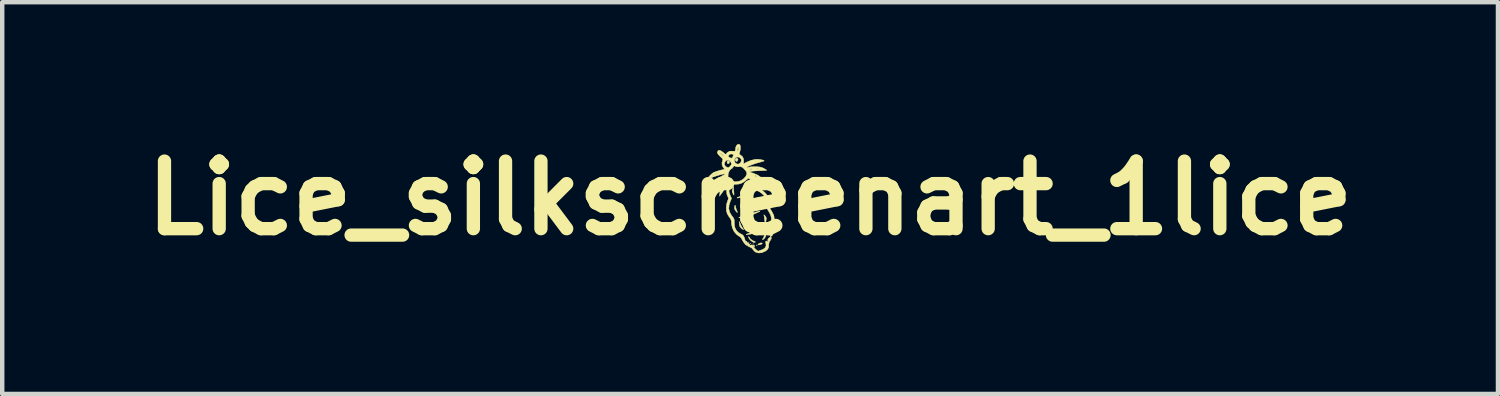
<source format=kicad_pcb>
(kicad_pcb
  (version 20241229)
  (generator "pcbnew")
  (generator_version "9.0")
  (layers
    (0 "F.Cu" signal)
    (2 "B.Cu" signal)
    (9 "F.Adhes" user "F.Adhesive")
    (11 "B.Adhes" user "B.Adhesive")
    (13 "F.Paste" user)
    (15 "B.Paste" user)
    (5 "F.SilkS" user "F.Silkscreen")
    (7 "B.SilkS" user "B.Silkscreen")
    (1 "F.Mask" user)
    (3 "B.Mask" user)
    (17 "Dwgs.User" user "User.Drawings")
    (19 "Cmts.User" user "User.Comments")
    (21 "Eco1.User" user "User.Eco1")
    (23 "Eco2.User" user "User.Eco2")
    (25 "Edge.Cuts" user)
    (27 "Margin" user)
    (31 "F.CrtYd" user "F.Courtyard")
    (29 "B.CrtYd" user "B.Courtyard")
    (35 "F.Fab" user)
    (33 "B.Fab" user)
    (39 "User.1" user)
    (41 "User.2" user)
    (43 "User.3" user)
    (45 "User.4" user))
  (footprint "Lice_silkscreenart_1lice"
    (layer "F.Cu")
    (at 13.868 1.418)
    (property "Reference" "Lice_silkscreenart_1lice" (at 0 0 0) (layer "F.SilkS") (effects (font (size 1.524 1.524) (thickness 0.3))))
    (attr through_hole)
    (fp_poly (pts (xy -0.025 0.997) (xy -0.032 1.003) (xy -0.038 0.997) (xy -0.032 0.991) (xy -0.025 0.997)) (stroke (width 0.01) (type solid)) (fill yes) (layer "F.SilkS"))
    (fp_poly (pts (xy 0.013 1.022) (xy 0.006 1.029) (xy 0 1.022) (xy 0.006 1.016) (xy 0.013 1.022)) (stroke (width 0.01) (type solid)) (fill yes) (layer "F.SilkS"))
    (fp_poly (pts (xy 0.076 1.035) (xy 0.07 1.041) (xy 0.064 1.035) (xy 0.07 1.029) (xy 0.076 1.035)) (stroke (width 0.01) (type solid)) (fill yes) (layer "F.SilkS"))
    (fp_poly (pts (xy 0.161 1.058) (xy 0.159 1.066) (xy 0.152 1.067) (xy 0.142 1.062) (xy 0.144 1.058) (xy 0.159 1.057) (xy 0.161 1.058)) (stroke (width 0.01) (type solid)) (fill yes) (layer "F.SilkS"))
    (fp_poly (pts (xy 0.091 1.062) (xy 0.1 1.077) (xy 0.1 1.096) (xy 0.09 1.105) (xy 0.076 1.095) (xy 0.072 1.087) (xy 0.071 1.066) (xy 0.083 1.059) (xy 0.091 1.062)) (stroke (width 0.01) (type solid)) (fill yes) (layer "F.SilkS"))
    (fp_poly (pts (xy -0.467 -0.833) (xy -0.464 -0.813) (xy -0.471 -0.788) (xy -0.489 -0.776) (xy -0.508 -0.781) (xy -0.516 -0.793) (xy -0.519 -0.822) (xy -0.506 -0.844) (xy -0.486 -0.848) (xy -0.467 -0.833)) (stroke (width 0.01) (type solid)) (fill yes) (layer "F.SilkS"))
    (fp_poly (pts (xy -0.284 -0.895) (xy -0.274 -0.881) (xy -0.275 -0.857) (xy -0.288 -0.834) (xy -0.305 -0.826) (xy -0.32 -0.834) (xy -0.33 -0.845) (xy -0.34 -0.865) (xy -0.33 -0.883) (xy -0.306 -0.9) (xy -0.284 -0.895)) (stroke (width 0.01) (type solid)) (fill yes) (layer "F.SilkS"))
    (fp_poly (pts (xy 0.26 1.011) (xy 0.276 1.019) (xy 0.271 1.029) (xy 0.26 1.037) (xy 0.237 1.048) (xy 0.209 1.054) (xy 0.186 1.054) (xy 0.178 1.048) (xy 0.188 1.034) (xy 0.213 1.02) (xy 0.242 1.011) (xy 0.26 1.011)) (stroke (width 0.01) (type solid)) (fill yes) (layer "F.SilkS"))
    (fp_poly (pts (xy -0.367 -0.165) (xy -0.364 -0.119) (xy -0.362 -0.084) (xy -0.361 -0.067) (xy -0.362 -0.067) (xy -0.369 -0.074) (xy -0.383 -0.098) (xy -0.388 -0.107) (xy -0.402 -0.137) (xy -0.404 -0.163) (xy -0.396 -0.196) (xy -0.393 -0.205) (xy -0.376 -0.26) (xy -0.367 -0.165)) (stroke (width 0.01) (type solid)) (fill yes) (layer "F.SilkS"))
    (fp_poly (pts (xy -0.332 0.169) (xy -0.326 0.197) (xy -0.315 0.241) (xy -0.3 0.281) (xy -0.298 0.284) (xy -0.285 0.315) (xy -0.286 0.325) (xy -0.301 0.315) (xy -0.322 0.292) (xy -0.349 0.247) (xy -0.352 0.201) (xy -0.344 0.172) (xy -0.337 0.16) (xy -0.332 0.169)) (stroke (width 0.01) (type solid)) (fill yes) (layer "F.SilkS"))
    (fp_poly (pts (xy -0.216 0.589) (xy -0.196 0.632) (xy -0.173 0.669) (xy -0.163 0.681) (xy -0.147 0.702) (xy -0.148 0.711) (xy -0.162 0.707) (xy -0.185 0.691) (xy -0.204 0.674) (xy -0.23 0.642) (xy -0.24 0.607) (xy -0.241 0.582) (xy -0.24 0.527) (xy -0.216 0.589)) (stroke (width 0.01) (type solid)) (fill yes) (layer "F.SilkS"))
    (fp_poly (pts (xy 0.203 0.022) (xy 0.231 0.06) (xy 0.241 0.1) (xy 0.241 0.115) (xy 0.238 0.146) (xy 0.231 0.164) (xy 0.229 0.165) (xy 0.219 0.154) (xy 0.216 0.13) (xy 0.21 0.097) (xy 0.197 0.055) (xy 0.19 0.038) (xy 0.165 -0.019) (xy 0.203 0.022)) (stroke (width 0.01) (type solid)) (fill yes) (layer "F.SilkS"))
    (fp_poly (pts (xy 0.322 0.384) (xy 0.337 0.399) (xy 0.36 0.43) (xy 0.366 0.46) (xy 0.364 0.486) (xy 0.356 0.53) (xy 0.346 0.548) (xy 0.337 0.542) (xy 0.33 0.511) (xy 0.327 0.487) (xy 0.323 0.442) (xy 0.317 0.404) (xy 0.312 0.387) (xy 0.311 0.376) (xy 0.322 0.384)) (stroke (width 0.01) (type solid)) (fill yes) (layer "F.SilkS"))
    (fp_poly (pts (xy -0.01 -0.353) (xy 0.013 -0.337) (xy 0.03 -0.322) (xy 0.056 -0.285) (xy 0.064 -0.24) (xy 0.063 -0.208) (xy 0.06 -0.191) (xy 0.059 -0.191) (xy 0.053 -0.201) (xy 0.043 -0.228) (xy 0.04 -0.238) (xy 0.022 -0.28) (xy -0.005 -0.319) (xy -0.007 -0.321) (xy -0.024 -0.344) (xy -0.024 -0.355) (xy -0.01 -0.353)) (stroke (width 0.01) (type solid)) (fill yes) (layer "F.SilkS"))
    (fp_poly (pts (xy 0.35 0.766) (xy 0.355 0.798) (xy 0.356 0.819) (xy 0.35 0.867) (xy 0.33 0.903) (xy 0.326 0.907) (xy 0.298 0.934) (xy 0.283 0.938) (xy 0.279 0.929) (xy 0.288 0.912) (xy 0.298 0.902) (xy 0.309 0.882) (xy 0.32 0.846) (xy 0.324 0.818) (xy 0.333 0.776) (xy 0.342 0.759) (xy 0.35 0.766)) (stroke (width 0.01) (type solid)) (fill yes) (layer "F.SilkS"))
    (fp_poly (pts (xy -0.014 0.886) (xy -0.013 0.89) (xy -0.003 0.91) (xy 0.023 0.933) (xy 0.055 0.956) (xy 0.087 0.971) (xy 0.092 0.972) (xy 0.115 0.981) (xy 0.12 0.992) (xy 0.1 1.002) (xy 0.067 0.993) (xy 0.057 0.988) (xy 0.013 0.954) (xy -0.02 0.915) (xy -0.032 0.891) (xy -0.035 0.87) (xy -0.027 0.869) (xy -0.014 0.886)) (stroke (width 0.01) (type solid)) (fill yes) (layer "F.SilkS"))
    (fp_poly (pts (xy 0.038 -0.113) (xy 0.041 -0.109) (xy 0.025 -0.098) (xy -0.006 -0.083) (xy -0.047 -0.066) (xy -0.094 -0.048) (xy -0.142 -0.033) (xy -0.171 -0.024) (xy -0.229 -0.01) (xy -0.27 -0.003) (xy -0.292 -0.002) (xy -0.295 -0.007) (xy -0.275 -0.018) (xy -0.235 -0.034) (xy -0.165 -0.058) (xy -0.098 -0.079) (xy -0.039 -0.097) (xy 0.007 -0.109) (xy 0.035 -0.113) (xy 0.038 -0.113)) (stroke (width 0.01) (type solid)) (fill yes) (layer "F.SilkS"))
    (fp_poly (pts (xy 0.296 0.703) (xy 0.282 0.714) (xy 0.252 0.729) (xy 0.212 0.747) (xy 0.165 0.766) (xy 0.118 0.783) (xy 0.073 0.797) (xy 0.036 0.807) (xy 0.032 0.808) (xy -0.027 0.818) (xy -0.065 0.824) (xy -0.084 0.824) (xy -0.087 0.82) (xy -0.084 0.817) (xy -0.069 0.809) (xy -0.035 0.797) (xy 0.014 0.78) (xy 0.07 0.762) (xy 0.13 0.743) (xy 0.187 0.726) (xy 0.237 0.712) (xy 0.273 0.702) (xy 0.291 0.699) (xy 0.296 0.703)) (stroke (width 0.01) (type solid)) (fill yes) (layer "F.SilkS"))
    (fp_poly (pts (xy 0.223 0.295) (xy 0.215 0.302) (xy 0.188 0.316) (xy 0.149 0.334) (xy 0.101 0.355) (xy 0.051 0.375) (xy 0.006 0.392) (xy -0.024 0.401) (xy -0.071 0.411) (xy -0.125 0.422) (xy -0.138 0.425) (xy -0.192 0.435) (xy -0.226 0.441) (xy -0.245 0.443) (xy -0.252 0.443) (xy -0.254 0.441) (xy -0.254 0.439) (xy -0.248 0.435) (xy -0.229 0.428) (xy -0.195 0.416) (xy -0.144 0.4) (xy -0.074 0.378) (xy 0.016 0.35) (xy 0.129 0.315) (xy 0.13 0.315) (xy 0.174 0.303) (xy 0.207 0.295) (xy 0.222 0.295) (xy 0.223 0.295)) (stroke (width 0.01) (type solid)) (fill yes) (layer "F.SilkS"))
    (fp_poly (pts (xy -0.234 -1.206) (xy -0.221 -1.181) (xy -0.217 -1.14) (xy -0.221 -1.09) (xy -0.233 -1.04) (xy -0.234 -1.038) (xy -0.244 -1.007) (xy -0.242 -0.989) (xy -0.226 -0.977) (xy -0.215 -0.971) (xy -0.173 -0.936) (xy -0.148 -0.886) (xy -0.143 -0.829) (xy -0.143 -0.823) (xy -0.147 -0.793) (xy -0.146 -0.776) (xy -0.146 -0.775) (xy -0.133 -0.78) (xy -0.107 -0.795) (xy -0.099 -0.799) (xy -0.048 -0.824) (xy -0.027 -0.832) (xy 0.114 -0.832) (xy 0.121 -0.826) (xy 0.127 -0.832) (xy 0.121 -0.838) (xy 0.114 -0.832) (xy -0.027 -0.832) (xy 0.008 -0.845) (xy 0.191 -0.845) (xy 0.197 -0.838) (xy 0.203 -0.845) (xy 0.197 -0.851) (xy 0.191 -0.845) (xy 0.008 -0.845) (xy 0.014 -0.847) (xy 0.078 -0.865) (xy 0.132 -0.875) (xy 0.151 -0.876) (xy 0.194 -0.874) (xy 0.237 -0.868) (xy 0.277 -0.86) (xy 0.306 -0.851) (xy 0.319 -0.842) (xy 0.316 -0.838) (xy 0.296 -0.83) (xy 0.258 -0.819) (xy 0.21 -0.806) (xy 0.19 -0.801) (xy 0.141 -0.787) (xy 0.088 -0.769) (xy 0.035 -0.749) (xy -0.013 -0.73) (xy -0.05 -0.712) (xy -0.071 -0.699) (xy -0.075 -0.693) (xy -0.06 -0.692) (xy -0.03 -0.697) (xy -0.012 -0.7) (xy 0.029 -0.706) (xy 0.084 -0.709) (xy 0.142 -0.709) (xy 0.146 -0.708) (xy 0.207 -0.703) (xy 0.254 -0.694) (xy 0.296 -0.677) (xy 0.315 -0.667) (xy 0.349 -0.647) (xy 0.371 -0.633) (xy 0.377 -0.627) (xy 0.363 -0.625) (xy 0.329 -0.622) (xy 0.28 -0.62) (xy 0.219 -0.618) (xy 0.209 -0.618) (xy 0.144 -0.615) (xy 0.086 -0.611) (xy 0.041 -0.606) (xy 0.015 -0.601) (xy 0.013 -0.601) (xy -0.000229 -0.594) (xy -0.000039 -0.587) (xy 0.017 -0.579) (xy 0.055 -0.566) (xy 0.073 -0.561) (xy 0.172 -0.519) (xy 0.254 -0.461) (xy 0.303 -0.407) (xy 0.323 -0.381) (xy 0.326 -0.37) (xy 0.316 -0.371) (xy 0.311 -0.373) (xy 0.288 -0.382) (xy 0.248 -0.397) (xy 0.199 -0.415) (xy 0.185 -0.42) (xy 0.084 -0.457) (xy 0.123 -0.416) (xy 0.177 -0.343) (xy 0.207 -0.264) (xy 0.209 -0.253) (xy 0.221 -0.22) (xy 0.245 -0.194) (xy 0.275 -0.173) (xy 0.331 -0.127) (xy 0.381 -0.07) (xy 0.419 -0.008) (xy 0.433 0.029) (xy 0.44 0.073) (xy 0.443 0.125) (xy 0.443 0.151) (xy 0.443 0.197) (xy 0.451 0.232) (xy 0.47 0.27) (xy 0.48 0.285) (xy 0.505 0.328) (xy 0.526 0.371) (xy 0.535 0.391) (xy 0.544 0.447) (xy 0.54 0.513) (xy 0.526 0.578) (xy 0.511 0.618) (xy 0.496 0.652) (xy 0.492 0.683) (xy 0.497 0.723) (xy 0.499 0.731) (xy 0.505 0.776) (xy 0.504 0.816) (xy 0.499 0.845) (xy 0.489 0.858) (xy 0.482 0.857) (xy 0.471 0.859) (xy 0.47 0.865) (xy 0.464 0.874) (xy 0.46 0.871) (xy 0.455 0.854) (xy 0.451 0.82) (xy 0.451 0.8) (xy 0.452 0.768) (xy 0.457 0.752) (xy 0.46 0.753) (xy 0.469 0.761) (xy 0.47 0.758) (xy 0.463 0.742) (xy 0.446 0.716) (xy 0.442 0.711) (xy 0.414 0.673) (xy 0.45 0.598) (xy 0.477 0.52) (xy 0.481 0.446) (xy 0.46 0.372) (xy 0.424 0.306) (xy 0.399 0.267) (xy 0.385 0.237) (xy 0.379 0.205) (xy 0.379 0.162) (xy 0.38 0.144) (xy 0.38 0.087) (xy 0.373 0.044) (xy 0.359 0.007) (xy 0.358 0.004) (xy 0.322 -0.049) (xy 0.272 -0.099) (xy 0.219 -0.139) (xy 0.194 -0.151) (xy 0.166 -0.166) (xy 0.154 -0.187) (xy 0.152 -0.215) (xy 0.14 -0.283) (xy 0.106 -0.344) (xy 0.052 -0.395) (xy 0.029 -0.41) (xy -0.038 -0.447) (xy -0.092 -0.403) (xy -0.15 -0.359) (xy -0.201 -0.332) (xy -0.252 -0.317) (xy -0.313 -0.312) (xy -0.324 -0.312) (xy -0.377 -0.31) (xy -0.412 -0.301) (xy -0.435 -0.282) (xy -0.452 -0.247) (xy -0.463 -0.211) (xy -0.473 -0.176) (xy -0.475 -0.15) (xy -0.47 -0.122) (xy -0.455 -0.082) (xy -0.451 -0.07) (xy -0.419 0.009) (xy -0.445 0.068) (xy -0.474 0.158) (xy -0.48 0.241) (xy -0.46 0.319) (xy -0.417 0.394) (xy -0.405 0.409) (xy -0.377 0.445) (xy -0.362 0.475) (xy -0.356 0.509) (xy -0.356 0.542) (xy -0.353 0.594) (xy -0.346 0.644) (xy -0.341 0.667) (xy -0.316 0.719) (xy -0.273 0.768) (xy -0.22 0.804) (xy -0.198 0.814) (xy -0.167 0.831) (xy -0.145 0.858) (xy -0.132 0.888) (xy -0.119 0.925) (xy -0.111 0.953) (xy -0.11 0.96) (xy -0.101 0.971) (xy -0.094 0.969) (xy -0.078 0.975) (xy -0.071 0.988) (xy -0.054 1.011) (xy -0.029 1.028) (xy -0.007 1.04) (xy -0.007 1.05) (xy -0.013 1.055) (xy -0.017 1.062) (xy 0.002 1.062) (xy 0.018 1.059) (xy 0.05 1.056) (xy 0.06 1.06) (xy 0.058 1.065) (xy 0.062 1.081) (xy 0.082 1.108) (xy 0.114 1.143) (xy 0.115 1.144) (xy 0.148 1.174) (xy 0.174 1.193) (xy 0.188 1.197) (xy 0.189 1.197) (xy 0.206 1.186) (xy 0.236 1.176) (xy 0.241 1.175) (xy 0.299 1.153) (xy 0.34 1.12) (xy 0.36 1.078) (xy 0.358 1.03) (xy 0.355 1.021) (xy 0.349 0.99) (xy 0.357 0.971) (xy 0.375 0.969) (xy 0.386 0.977) (xy 0.405 0.984) (xy 0.412 0.98) (xy 0.409 0.965) (xy 0.403 0.962) (xy 0.396 0.949) (xy 0.404 0.927) (xy 0.42 0.904) (xy 0.442 0.886) (xy 0.456 0.881) (xy 0.478 0.887) (xy 0.48 0.908) (xy 0.463 0.943) (xy 0.451 0.959) (xy 0.428 1.002) (xy 0.421 1.052) (xy 0.421 1.057) (xy 0.417 1.112) (xy 0.398 1.152) (xy 0.361 1.186) (xy 0.339 1.199) (xy 0.268 1.23) (xy 0.198 1.238) (xy 0.138 1.225) (xy 0.097 1.197) (xy 0.07 1.164) (xy 0.037 1.125) (xy -0.005 1.104) (xy -0.037 1.09) (xy -0.055 1.076) (xy -0.057 1.071) (xy -0.066 1.049) (xy -0.069 1.046) (xy -0.074 1.044) (xy -0.071 1.051) (xy -0.069 1.065) (xy -0.074 1.067) (xy -0.092 1.057) (xy -0.118 1.03) (xy -0.142 0.999) (xy -0.113 0.999) (xy -0.106 1.022) (xy -0.097 1.036) (xy -0.093 1.037) (xy -0.093 1.022) (xy -0.1 1.007) (xy -0.111 0.993) (xy -0.113 0.999) (xy -0.142 0.999) (xy -0.146 0.994) (xy -0.171 0.954) (xy -0.183 0.93) (xy -0.203 0.896) (xy -0.224 0.873) (xy -0.232 0.869) (xy -0.255 0.856) (xy -0.288 0.831) (xy -0.313 0.81) (xy -0.365 0.746) (xy -0.401 0.667) (xy -0.418 0.581) (xy -0.419 0.557) (xy -0.423 0.51) (xy -0.437 0.474) (xy -0.457 0.444) (xy -0.486 0.403) (xy -0.511 0.359) (xy -0.517 0.347) (xy -0.533 0.286) (xy -0.537 0.212) (xy -0.529 0.136) (xy -0.509 0.069) (xy -0.508 0.067) (xy -0.493 0.029) (xy -0.488 0.005) (xy -0.492 -0.014) (xy -0.501 -0.029) (xy -0.521 -0.077) (xy -0.529 -0.139) (xy -0.525 -0.205) (xy -0.516 -0.246) (xy -0.507 -0.277) (xy -0.504 -0.292) (xy -0.509 -0.293) (xy -0.523 -0.276) (xy -0.548 -0.24) (xy -0.578 -0.197) (xy -0.61 -0.151) (xy -0.64 -0.11) (xy -0.661 -0.081) (xy -0.665 -0.076) (xy -0.689 -0.044) (xy -0.681 -0.124) (xy -0.67 -0.195) (xy -0.661 -0.222) (xy -0.622 -0.222) (xy -0.616 -0.216) (xy -0.61 -0.222) (xy -0.616 -0.229) (xy -0.622 -0.222) (xy -0.661 -0.222) (xy -0.651 -0.254) (xy -0.647 -0.26) (xy -0.597 -0.26) (xy -0.591 -0.254) (xy -0.584 -0.26) (xy -0.591 -0.267) (xy -0.597 -0.26) (xy -0.647 -0.26) (xy -0.632 -0.286) (xy -0.584 -0.286) (xy -0.578 -0.279) (xy -0.572 -0.286) (xy -0.578 -0.292) (xy -0.584 -0.286) (xy -0.632 -0.286) (xy -0.618 -0.311) (xy -0.592 -0.347) (xy -0.568 -0.38) (xy -0.553 -0.405) (xy -0.55 -0.415) (xy -0.567 -0.415) (xy -0.602 -0.401) (xy -0.651 -0.374) (xy -0.711 -0.336) (xy -0.755 -0.306) (xy -0.802 -0.275) (xy -0.84 -0.251) (xy -0.865 -0.237) (xy -0.873 -0.234) (xy -0.873 -0.25) (xy -0.861 -0.28) (xy -0.841 -0.314) (xy -0.806 -0.314) (xy -0.758 -0.349) (xy -0.732 -0.371) (xy -0.717 -0.387) (xy -0.716 -0.39) (xy -0.728 -0.386) (xy -0.751 -0.368) (xy -0.764 -0.355) (xy -0.806 -0.314) (xy -0.841 -0.314) (xy -0.839 -0.317) (xy -0.813 -0.357) (xy -0.786 -0.392) (xy -0.773 -0.405) (xy -0.735 -0.437) (xy -0.733 -0.438) (xy -0.66 -0.438) (xy -0.654 -0.432) (xy -0.648 -0.438) (xy -0.654 -0.445) (xy -0.66 -0.438) (xy -0.733 -0.438) (xy -0.685 -0.47) (xy -0.641 -0.495) (xy -0.601 -0.516) (xy -0.583 -0.527) (xy -0.496 -0.527) (xy -0.495 -0.473) (xy -0.482 -0.43) (xy -0.452 -0.4) (xy -0.406 -0.38) (xy -0.349 -0.37) (xy -0.287 -0.372) (xy -0.229 -0.386) (xy -0.21 -0.394) (xy -0.149 -0.432) (xy -0.119 -0.464) (xy 0.178 -0.464) (xy 0.184 -0.457) (xy 0.191 -0.464) (xy 0.184 -0.47) (xy 0.178 -0.464) (xy -0.119 -0.464) (xy -0.103 -0.48) (xy -0.091 -0.502) (xy 0.106 -0.502) (xy 0.114 -0.495) (xy 0.137 -0.485) (xy 0.146 -0.483) (xy 0.148 -0.488) (xy 0.14 -0.495) (xy 0.117 -0.506) (xy 0.108 -0.508) (xy 0.106 -0.502) (xy -0.091 -0.502) (xy -0.077 -0.53) (xy -0.073 -0.562) (xy -0.082 -0.591) (xy -0.095 -0.612) (xy -0.12 -0.642) (xy -0.013 -0.642) (xy -0.002 -0.641) (xy 0.013 -0.644) (xy 0.033 -0.654) (xy 0.038 -0.662) (xy 0.029 -0.666) (xy 0.013 -0.66) (xy -0.007 -0.648) (xy -0.013 -0.642) (xy -0.12 -0.642) (xy -0.134 -0.66) (xy -0.142 -0.667) (xy 0.14 -0.667) (xy 0.146 -0.66) (xy 0.152 -0.667) (xy 0.15 -0.669) (xy 0.169 -0.669) (xy 0.171 -0.661) (xy 0.178 -0.66) (xy 0.188 -0.665) (xy 0.186 -0.669) (xy 0.171 -0.67) (xy 0.169 -0.669) (xy 0.15 -0.669) (xy 0.146 -0.673) (xy 0.14 -0.667) (xy -0.142 -0.667) (xy -0.175 -0.694) (xy -0.214 -0.711) (xy -0.239 -0.709) (xy -0.279 -0.704) (xy -0.323 -0.712) (xy -0.35 -0.726) (xy -0.366 -0.724) (xy -0.378 -0.705) (xy -0.4 -0.677) (xy -0.43 -0.655) (xy -0.461 -0.626) (xy -0.484 -0.581) (xy -0.496 -0.527) (xy -0.583 -0.527) (xy -0.572 -0.533) (xy -0.559 -0.543) (xy -0.559 -0.543) (xy -0.57 -0.547) (xy -0.601 -0.543) (xy -0.647 -0.533) (xy -0.704 -0.518) (xy -0.768 -0.498) (xy -0.816 -0.482) (xy -0.871 -0.462) (xy -0.917 -0.446) (xy -0.949 -0.435) (xy -0.961 -0.432) (xy -0.961 -0.44) (xy -0.946 -0.46) (xy -0.923 -0.488) (xy -0.9 -0.512) (xy -0.85 -0.512) (xy -0.837 -0.514) (xy -0.834 -0.515) (xy -0.819 -0.525) (xy -0.819 -0.531) (xy -0.832 -0.53) (xy -0.842 -0.522) (xy -0.85 -0.512) (xy -0.9 -0.512) (xy -0.894 -0.518) (xy -0.875 -0.536) (xy -0.798 -0.536) (xy -0.794 -0.534) (xy -0.773 -0.54) (xy -0.762 -0.546) (xy -0.752 -0.556) (xy -0.756 -0.558) (xy -0.777 -0.552) (xy -0.787 -0.546) (xy -0.798 -0.536) (xy -0.875 -0.536) (xy -0.865 -0.545) (xy -0.84 -0.565) (xy -0.838 -0.567) (xy -0.837 -0.567) (xy -0.732 -0.567) (xy -0.731 -0.56) (xy -0.724 -0.559) (xy -0.713 -0.563) (xy -0.715 -0.567) (xy -0.731 -0.569) (xy -0.732 -0.567) (xy -0.837 -0.567) (xy -0.804 -0.584) (xy -0.754 -0.603) (xy -0.698 -0.62) (xy -0.682 -0.625) (xy -0.573 -0.652) (xy -0.604 -0.689) (xy -0.63 -0.738) (xy -0.633 -0.782) (xy -0.58 -0.782) (xy -0.574 -0.742) (xy -0.546 -0.71) (xy -0.533 -0.702) (xy -0.503 -0.689) (xy -0.483 -0.69) (xy -0.46 -0.707) (xy -0.45 -0.717) (xy -0.424 -0.753) (xy -0.423 -0.789) (xy -0.445 -0.83) (xy -0.446 -0.831) (xy -0.448 -0.833) (xy -0.353 -0.833) (xy -0.335 -0.795) (xy -0.327 -0.787) (xy -0.29 -0.767) (xy -0.251 -0.77) (xy -0.216 -0.797) (xy -0.213 -0.802) (xy -0.197 -0.839) (xy -0.201 -0.875) (xy -0.221 -0.904) (xy -0.252 -0.923) (xy -0.288 -0.927) (xy -0.325 -0.912) (xy -0.332 -0.906) (xy -0.352 -0.873) (xy -0.353 -0.833) (xy -0.448 -0.833) (xy -0.479 -0.857) (xy -0.515 -0.859) (xy -0.55 -0.837) (xy -0.563 -0.822) (xy -0.58 -0.782) (xy -0.633 -0.782) (xy -0.634 -0.795) (xy -0.62 -0.844) (xy -0.614 -0.863) (xy -0.616 -0.879) (xy -0.63 -0.898) (xy -0.66 -0.927) (xy -0.672 -0.939) (xy -0.708 -0.974) (xy -0.728 -1) (xy -0.735 -1.022) (xy -0.735 -1.024) (xy -0.686 -1.024) (xy -0.677 -1.013) (xy -0.657 -0.991) (xy -0.631 -0.966) (xy -0.606 -0.943) (xy -0.59 -0.929) (xy -0.587 -0.927) (xy -0.59 -0.936) (xy -0.491 -0.936) (xy -0.469 -0.919) (xy -0.454 -0.912) (xy -0.426 -0.9) (xy -0.41 -0.903) (xy -0.394 -0.923) (xy -0.39 -0.931) (xy -0.377 -0.958) (xy -0.376 -0.977) (xy -0.377 -0.978) (xy -0.412 -0.996) (xy -0.449 -0.992) (xy -0.469 -0.979) (xy -0.49 -0.953) (xy -0.491 -0.936) (xy -0.59 -0.936) (xy -0.59 -0.936) (xy -0.6 -0.952) (xy -0.617 -0.972) (xy -0.641 -0.994) (xy -0.664 -1.014) (xy -0.681 -1.025) (xy -0.686 -1.024) (xy -0.735 -1.024) (xy -0.734 -1.037) (xy -0.723 -1.068) (xy -0.698 -1.079) (xy -0.662 -1.068) (xy -0.617 -1.038) (xy -0.606 -1.029) (xy -0.574 -1.001) (xy -0.555 -0.988) (xy -0.544 -0.988) (xy -0.535 -1) (xy -0.533 -1.004) (xy -0.504 -1.035) (xy -0.486 -1.042) (xy -0.287 -1.042) (xy -0.285 -1.035) (xy -0.278 -1.049) (xy -0.27 -1.083) (xy -0.262 -1.117) (xy -0.259 -1.146) (xy -0.264 -1.15) (xy -0.266 -1.148) (xy -0.275 -1.129) (xy -0.283 -1.094) (xy -0.286 -1.073) (xy -0.287 -1.042) (xy -0.486 -1.042) (xy -0.46 -1.054) (xy -0.411 -1.057) (xy -0.393 -1.054) (xy -0.357 -1.049) (xy -0.337 -1.063) (xy -0.33 -1.097) (xy -0.33 -1.1) (xy -0.323 -1.147) (xy -0.306 -1.185) (xy -0.282 -1.209) (xy -0.254 -1.215) (xy -0.234 -1.206)) (stroke (width 0.01) (type solid)) (fill yes) (layer "F.SilkS")))
  (gr_rect
    (start -3 -3)
    (end 30.737 5.836)
    (stroke (width 0.1) (type default))
    (fill no)
    (layer "Edge.Cuts")))
</source>
